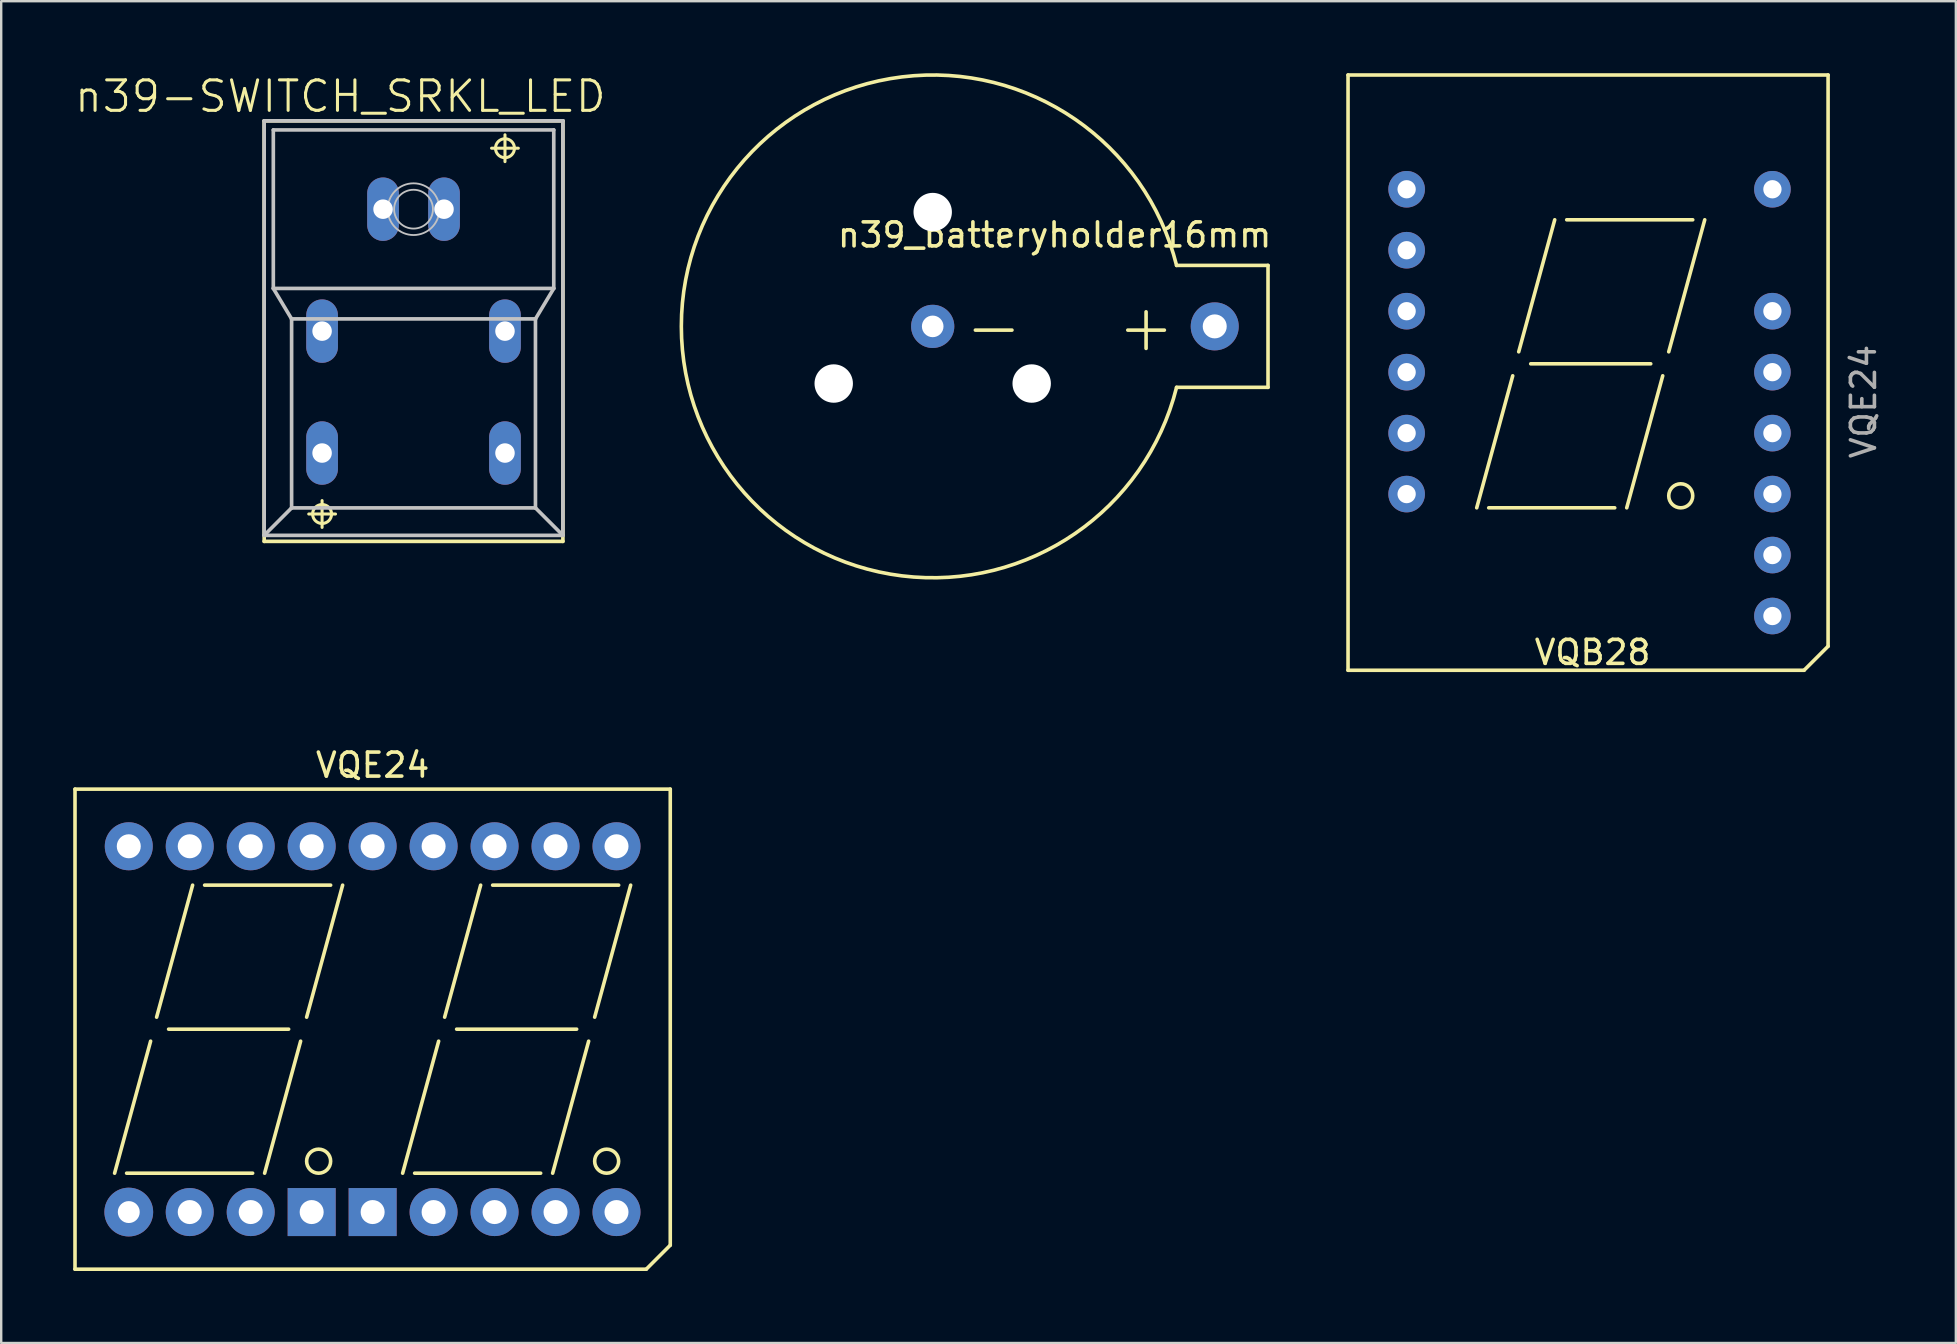
<source format=kicad_pcb>
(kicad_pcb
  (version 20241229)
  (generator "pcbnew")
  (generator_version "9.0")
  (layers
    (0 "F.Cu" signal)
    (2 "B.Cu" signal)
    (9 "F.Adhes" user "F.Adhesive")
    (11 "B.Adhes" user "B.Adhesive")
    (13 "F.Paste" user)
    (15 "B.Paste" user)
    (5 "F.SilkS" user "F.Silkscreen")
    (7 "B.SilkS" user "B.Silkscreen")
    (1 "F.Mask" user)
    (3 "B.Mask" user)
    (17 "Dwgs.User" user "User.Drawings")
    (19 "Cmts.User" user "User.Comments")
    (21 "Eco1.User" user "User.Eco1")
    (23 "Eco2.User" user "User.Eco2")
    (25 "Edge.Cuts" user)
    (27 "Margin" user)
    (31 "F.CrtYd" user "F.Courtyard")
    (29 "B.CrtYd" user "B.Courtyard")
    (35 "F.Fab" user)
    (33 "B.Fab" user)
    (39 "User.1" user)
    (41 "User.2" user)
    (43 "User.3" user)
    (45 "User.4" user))
  (footprint "n39-SWITCH_SRKL_LED"
    (layer "F.Cu")
    (at 14.179 10.745)
    (property "Reference" "n39-SWITCH_SRKL_LED" (at -3.048 -9.779 0) (layer "F.SilkS") (effects (font (size 1.27 1.27) (thickness 0.127))))
    (attr exclude_from_pos_files exclude_from_bom)
    (fp_line (start -6.223 8.76) (end -6.223 -8.76) (stroke (width 0.152) (type solid)) (layer "F.SilkS"))
    (fp_line (start -6.223 8.76) (end 6.223 8.76) (stroke (width 0.152) (type solid)) (layer "F.SilkS"))
    (fp_line (start -4.366 7.62) (end -3.251 7.62) (stroke (width 0.127) (type solid)) (layer "F.SilkS"))
    (fp_line (start -3.81 8.179) (end -3.81 7.061) (stroke (width 0.127) (type solid)) (layer "F.SilkS"))
    (fp_line (start 3.251 -7.62) (end 4.366 -7.62) (stroke (width 0.127) (type solid)) (layer "F.SilkS"))
    (fp_line (start 3.81 -7.061) (end 3.81 -8.179) (stroke (width 0.127) (type solid)) (layer "F.SilkS"))
    (fp_line (start 6.223 -8.76) (end -6.223 -8.76) (stroke (width 0.152) (type solid)) (layer "F.SilkS"))
    (fp_line (start 6.223 -8.76) (end 6.223 8.76) (stroke (width 0.152) (type solid)) (layer "F.SilkS"))
    (fp_circle (center -3.81 7.62) (end -4.089 7.899) (stroke (width 0.127) (type solid)) (fill no) (layer "F.SilkS"))
    (fp_circle (center 3.81 -7.62) (end 4.089 -7.899) (stroke (width 0.127) (type solid)) (fill no) (layer "F.SilkS"))
    (fp_line (start -6.223 -8.76) (end -6.223 8.509) (stroke (width 0.152) (type solid)) (layer "Dwgs.User"))
    (fp_line (start -5.842 -1.778) (end -5.842 -8.382) (stroke (width 0.152) (type solid)) (layer "Dwgs.User"))
    (fp_line (start -5.842 -1.778) (end -5.08 -0.508) (stroke (width 0.152) (type solid)) (layer "Dwgs.User"))
    (fp_line (start -5.842 -1.778) (end 5.842 -1.778) (stroke (width 0.152) (type solid)) (layer "Dwgs.User"))
    (fp_line (start -5.08 7.366) (end -6.223 8.509) (stroke (width 0.152) (type solid)) (layer "Dwgs.User"))
    (fp_line (start -5.08 7.366) (end -5.08 -0.508) (stroke (width 0.152) (type solid)) (layer "Dwgs.User"))
    (fp_line (start -5.08 7.366) (end 5.08 7.366) (stroke (width 0.152) (type solid)) (layer "Dwgs.User"))
    (fp_line (start 5.08 -0.508) (end -5.08 -0.508) (stroke (width 0.152) (type solid)) (layer "Dwgs.User"))
    (fp_line (start 5.08 -0.508) (end 5.08 7.366) (stroke (width 0.152) (type solid)) (layer "Dwgs.User"))
    (fp_line (start 5.08 7.366) (end 6.223 8.509) (stroke (width 0.152) (type solid)) (layer "Dwgs.User"))
    (fp_line (start 5.842 -8.382) (end -5.842 -8.382) (stroke (width 0.152) (type solid)) (layer "Dwgs.User"))
    (fp_line (start 5.842 -8.382) (end 5.842 -1.778) (stroke (width 0.152) (type solid)) (layer "Dwgs.User"))
    (fp_line (start 5.842 -1.778) (end 5.08 -0.508) (stroke (width 0.152) (type solid)) (layer "Dwgs.User"))
    (fp_line (start 6.223 -8.76) (end -6.223 -8.76) (stroke (width 0.152) (type solid)) (layer "Dwgs.User"))
    (fp_line (start 6.223 -8.76) (end 6.223 8.509) (stroke (width 0.152) (type solid)) (layer "Dwgs.User"))
    (fp_line (start 6.223 8.509) (end -6.223 8.509) (stroke (width 0.152) (type solid)) (layer "Dwgs.User"))
    (fp_circle (center 0 -5.08) (end -0.762 -5.842) (stroke (width 0.076) (type solid)) (fill no) (layer "Dwgs.User"))
    (fp_circle (center 0 -5.08) (end -0.572 -5.652) (stroke (width 0.076) (type solid)) (fill no) (layer "Dwgs.User"))
    (pad "+" thru_hole oval (at -1.27 -5.08 180) (size 1.321 2.642) (drill 0.813) (layers "*.Cu" "*.Paste" "*.Mask"))
    (pad "-" thru_hole oval (at 1.27 -5.08 180) (size 1.321 2.642) (drill 0.813) (layers "*.Cu" "*.Paste" "*.Mask"))
    (pad "1" thru_hole oval (at -3.81 5.08 180) (size 1.321 2.642) (drill 0.813) (layers "*.Cu" "*.Paste" "*.Mask"))
    (pad "2" thru_hole oval (at -3.81 0 180) (size 1.321 2.642) (drill 0.813) (layers "*.Cu" "*.Paste" "*.Mask"))
    (pad "3" thru_hole oval (at 3.81 0 180) (size 1.321 2.642) (drill 0.813) (layers "*.Cu" "*.Paste" "*.Mask"))
    (pad "4" thru_hole oval (at 3.81 5.08 180) (size 1.321 2.642) (drill 0.813) (layers "*.Cu" "*.Paste" "*.Mask")))
  (footprint "n39_batteryholder16mm"
    (layer "F.Cu")
    (at 35.809 10.548)
    (property "Reference" "n39_batteryholder16mm" (at 5.08 -3.81 0) (layer "F.SilkS") (effects (font (size 1 1) (thickness 0.15))))
    (attr through_hole)
    (fp_line (start 10.16 -2.54) (end 13.97 -2.54) (stroke (width 0.15) (type solid)) (layer "F.SilkS"))
    (fp_line (start 13.97 -2.54) (end 13.97 2.54) (stroke (width 0.15) (type solid)) (layer "F.SilkS"))
    (fp_line (start 13.97 2.54) (end 10.16 2.54) (stroke (width 0.15) (type solid)) (layer "F.SilkS"))
    (fp_arc (start 10.16 2.54) (mid -10.472688 0) (end 10.16 -2.54) (stroke (width 0.15) (type solid)) (layer "F.SilkS"))
    (fp_text user "+" (at 8.89 0 0) (layer "F.SilkS") (effects (font (size 2 2) (thickness 0.15))))
    (fp_text user "-" (at 2.54 0 0) (layer "F.SilkS") (effects (font (size 2 2) (thickness 0.15))))
    (pad "" np_thru_hole circle (at -4.124 2.381 120) (size 1.6 1.6) (drill 1.6) (layers "*.Cu" "*.Mask"))
    (pad "" np_thru_hole circle (at 0 -4.763) (size 1.6 1.6) (drill 1.6) (layers "*.Cu" "*.Mask"))
    (pad "" np_thru_hole circle (at 4.124 2.381 240) (size 1.6 1.6) (drill 1.6) (layers "*.Cu" "*.Mask"))
    (pad "1" thru_hole circle (at 11.75 0) (size 2 2) (drill 1) (layers "*.Cu" "*.Mask"))
    (pad "2" thru_hole circle (at 0 0) (size 1.8 1.8) (drill 0.9) (layers "*.Cu" "*.Mask")))
  (footprint "VQB28"
    (layer "F.Cu")
    (at 63.174 11.947)
    (property "Reference" "VQB28" (at 0.127 12.184 0) (layer "F.SilkS") (effects (font (size 1 1) (thickness 0.15))))
    (attr through_hole)
    (fp_line (start -10.061 -11.872) (end -10.061 12.928) (stroke (width 0.15) (type solid)) (layer "F.SilkS"))
    (fp_line (start -10.061 12.928) (end 8.939 12.928) (stroke (width 0.15) (type solid)) (layer "F.SilkS"))
    (fp_line (start -4.7 6.16) (end -3.2 0.66) (stroke (width 0.15) (type solid)) (layer "F.SilkS"))
    (fp_line (start -4.2 6.16) (end 1.05 6.16) (stroke (width 0.15) (type solid)) (layer "F.SilkS"))
    (fp_line (start -2.95 -0.34) (end -1.45 -5.84) (stroke (width 0.15) (type solid)) (layer "F.SilkS"))
    (fp_line (start -2.45 0.16) (end 2.55 0.16) (stroke (width 0.15) (type solid)) (layer "F.SilkS"))
    (fp_line (start -0.95 -5.84) (end 4.3 -5.84) (stroke (width 0.15) (type solid)) (layer "F.SilkS"))
    (fp_line (start 1.55 6.16) (end 3.05 0.66) (stroke (width 0.15) (type solid)) (layer "F.SilkS"))
    (fp_line (start 3.3 -0.34) (end 4.8 -5.84) (stroke (width 0.15) (type solid)) (layer "F.SilkS"))
    (fp_line (start 8.939 12.928) (end 9.939 11.928) (stroke (width 0.15) (type solid)) (layer "F.SilkS"))
    (fp_line (start 9.939 -11.872) (end -10.061 -11.872) (stroke (width 0.15) (type solid)) (layer "F.SilkS"))
    (fp_line (start 9.939 11.928) (end 9.939 -11.872) (stroke (width 0.15) (type solid)) (layer "F.SilkS"))
    (fp_circle (center 3.8 5.66) (end 3.8 6.16) (stroke (width 0.15) (type solid)) (fill no) (layer "F.SilkS"))
    (fp_text user "VQE24" (at 11.414 1.732 270) (layer "F.Fab") (effects (font (size 1 1) (thickness 0.15))))
    (pad "2" thru_hole circle (at -7.62 -7.112) (size 1.524 1.524) (drill 0.762) (layers "*.Cu" "*.Mask"))
    (pad "3" thru_hole circle (at -7.62 -4.572) (size 1.524 1.524) (drill 0.762) (layers "*.Cu" "*.Mask"))
    (pad "4" thru_hole circle (at -7.62 -2.032) (size 1.524 1.524) (drill 0.762) (layers "*.Cu" "*.Mask"))
    (pad "5" thru_hole circle (at -7.62 0.508) (size 1.524 1.524) (drill 0.762) (layers "*.Cu" "*.Mask"))
    (pad "6" thru_hole circle (at -7.62 3.048) (size 1.524 1.524) (drill 0.762) (layers "*.Cu" "*.Mask"))
    (pad "7" thru_hole circle (at -7.62 5.588) (size 1.524 1.524) (drill 0.762) (layers "*.Cu" "*.Mask"))
    (pad "10" thru_hole circle (at 7.62 10.668) (size 1.524 1.524) (drill 0.762) (layers "*.Cu" "*.Mask"))
    (pad "11" thru_hole circle (at 7.62 8.128) (size 1.524 1.524) (drill 0.762) (layers "*.Cu" "*.Mask"))
    (pad "12" thru_hole circle (at 7.62 5.588) (size 1.524 1.524) (drill 0.762) (layers "*.Cu" "*.Mask"))
    (pad "13" thru_hole circle (at 7.62 3.048) (size 1.524 1.524) (drill 0.762) (layers "*.Cu" "*.Mask"))
    (pad "14" thru_hole circle (at 7.62 0.508) (size 1.524 1.524) (drill 0.762) (layers "*.Cu" "*.Mask"))
    (pad "15" thru_hole circle (at 7.62 -2.032) (size 1.524 1.524) (drill 0.762) (layers "*.Cu" "*.Mask"))
    (pad "17" thru_hole circle (at 7.62 -7.112) (size 1.524 1.524) (drill 0.762) (layers "*.Cu" "*.Mask")))
  (footprint "VQE24"
    (layer "F.Cu")
    (at 12.475 39.828)
    (property "Reference" "VQE24" (at 0 -11 0) (layer "F.SilkS") (effects (font (size 1 1) (thickness 0.15))))
    (attr through_hole)
    (fp_line (start -12.4 -10) (end 12.4 -10) (stroke (width 0.15) (type solid)) (layer "F.SilkS"))
    (fp_line (start -12.4 10) (end -12.4 -10) (stroke (width 0.15) (type solid)) (layer "F.SilkS"))
    (fp_line (start -10.75 6) (end -9.25 0.5) (stroke (width 0.15) (type solid)) (layer "F.SilkS"))
    (fp_line (start -10.25 6) (end -5 6) (stroke (width 0.15) (type solid)) (layer "F.SilkS"))
    (fp_line (start -9 -0.5) (end -7.5 -6) (stroke (width 0.15) (type solid)) (layer "F.SilkS"))
    (fp_line (start -8.5 0) (end -3.5 0) (stroke (width 0.15) (type solid)) (layer "F.SilkS"))
    (fp_line (start -7 -6) (end -1.75 -6) (stroke (width 0.15) (type solid)) (layer "F.SilkS"))
    (fp_line (start -4.5 6) (end -3 0.5) (stroke (width 0.15) (type solid)) (layer "F.SilkS"))
    (fp_line (start -2.75 -0.5) (end -1.25 -6) (stroke (width 0.15) (type solid)) (layer "F.SilkS"))
    (fp_line (start 1.25 6) (end 2.75 0.5) (stroke (width 0.15) (type solid)) (layer "F.SilkS"))
    (fp_line (start 1.75 6) (end 7 6) (stroke (width 0.15) (type solid)) (layer "F.SilkS"))
    (fp_line (start 3 -0.5) (end 4.5 -6) (stroke (width 0.15) (type solid)) (layer "F.SilkS"))
    (fp_line (start 3.5 0) (end 8.5 0) (stroke (width 0.15) (type solid)) (layer "F.SilkS"))
    (fp_line (start 5 -6) (end 10.25 -6) (stroke (width 0.15) (type solid)) (layer "F.SilkS"))
    (fp_line (start 7.5 6) (end 9 0.5) (stroke (width 0.15) (type solid)) (layer "F.SilkS"))
    (fp_line (start 9.25 -0.5) (end 10.75 -6) (stroke (width 0.15) (type solid)) (layer "F.SilkS"))
    (fp_line (start 11.4 10) (end -12.4 10) (stroke (width 0.15) (type solid)) (layer "F.SilkS"))
    (fp_line (start 12.4 -10) (end 12.4 9) (stroke (width 0.15) (type solid)) (layer "F.SilkS"))
    (fp_line (start 12.4 9) (end 11.4 10) (stroke (width 0.15) (type solid)) (layer "F.SilkS"))
    (fp_circle (center -2.25 5.5) (end -2.25 6) (stroke (width 0.15) (type solid)) (fill no) (layer "F.SilkS"))
    (fp_circle (center 9.75 5.5) (end 9.75 6) (stroke (width 0.15) (type solid)) (fill no) (layer "F.SilkS"))
    (pad "1" thru_hole circle (at -10.16 7.62) (size 2.032 2.032) (drill 0.914) (layers "*.Cu" "*.Mask"))
    (pad "2" thru_hole circle (at -7.62 7.62) (size 2 2) (drill 1) (layers "*.Cu" "*.Mask"))
    (pad "3" thru_hole circle (at -5.08 7.62) (size 2 2) (drill 1) (layers "*.Cu" "*.Mask"))
    (pad "4" thru_hole rect (at -2.54 7.62) (size 2 2) (drill 1) (layers "*.Cu" "*.Mask"))
    (pad "5" thru_hole rect (at 0 7.62) (size 2 2) (drill 1) (layers "*.Cu" "*.Mask"))
    (pad "6" thru_hole circle (at 2.54 7.62) (size 2 2) (drill 1) (layers "*.Cu" "*.Mask"))
    (pad "7" thru_hole circle (at 5.08 7.62) (size 2 2) (drill 1) (layers "*.Cu" "*.Mask"))
    (pad "8" thru_hole circle (at 7.62 7.62) (size 2 2) (drill 1) (layers "*.Cu" "*.Mask"))
    (pad "9" thru_hole circle (at 10.16 7.62) (size 2 2) (drill 1) (layers "*.Cu" "*.Mask"))
    (pad "10" thru_hole circle (at 10.16 -7.62) (size 2 2) (drill 1) (layers "*.Cu" "*.Mask"))
    (pad "11" thru_hole circle (at 7.62 -7.62) (size 2 2) (drill 1) (layers "*.Cu" "*.Mask"))
    (pad "12" thru_hole circle (at 5.08 -7.62) (size 2 2) (drill 1) (layers "*.Cu" "*.Mask"))
    (pad "13" thru_hole circle (at 2.54 -7.62) (size 2 2) (drill 1) (layers "*.Cu" "*.Mask"))
    (pad "14" thru_hole circle (at 0 -7.62) (size 2 2) (drill 1) (layers "*.Cu" "*.Mask"))
    (pad "15" thru_hole circle (at -2.54 -7.62) (size 2 2) (drill 1) (layers "*.Cu" "*.Mask"))
    (pad "16" thru_hole circle (at -5.08 -7.62) (size 2 2) (drill 1) (layers "*.Cu" "*.Mask"))
    (pad "17" thru_hole circle (at -7.62 -7.62) (size 2 2) (drill 1) (layers "*.Cu" "*.Mask"))
    (pad "18" thru_hole circle (at -10.16 -7.62) (size 2 2) (drill 1) (layers "*.Cu" "*.Mask")))
  (gr_rect
    (start -3 -3)
    (end 78.436 52.903)
    (stroke (width 0.1) (type default))
    (fill no)
    (layer "Edge.Cuts")))
</source>
